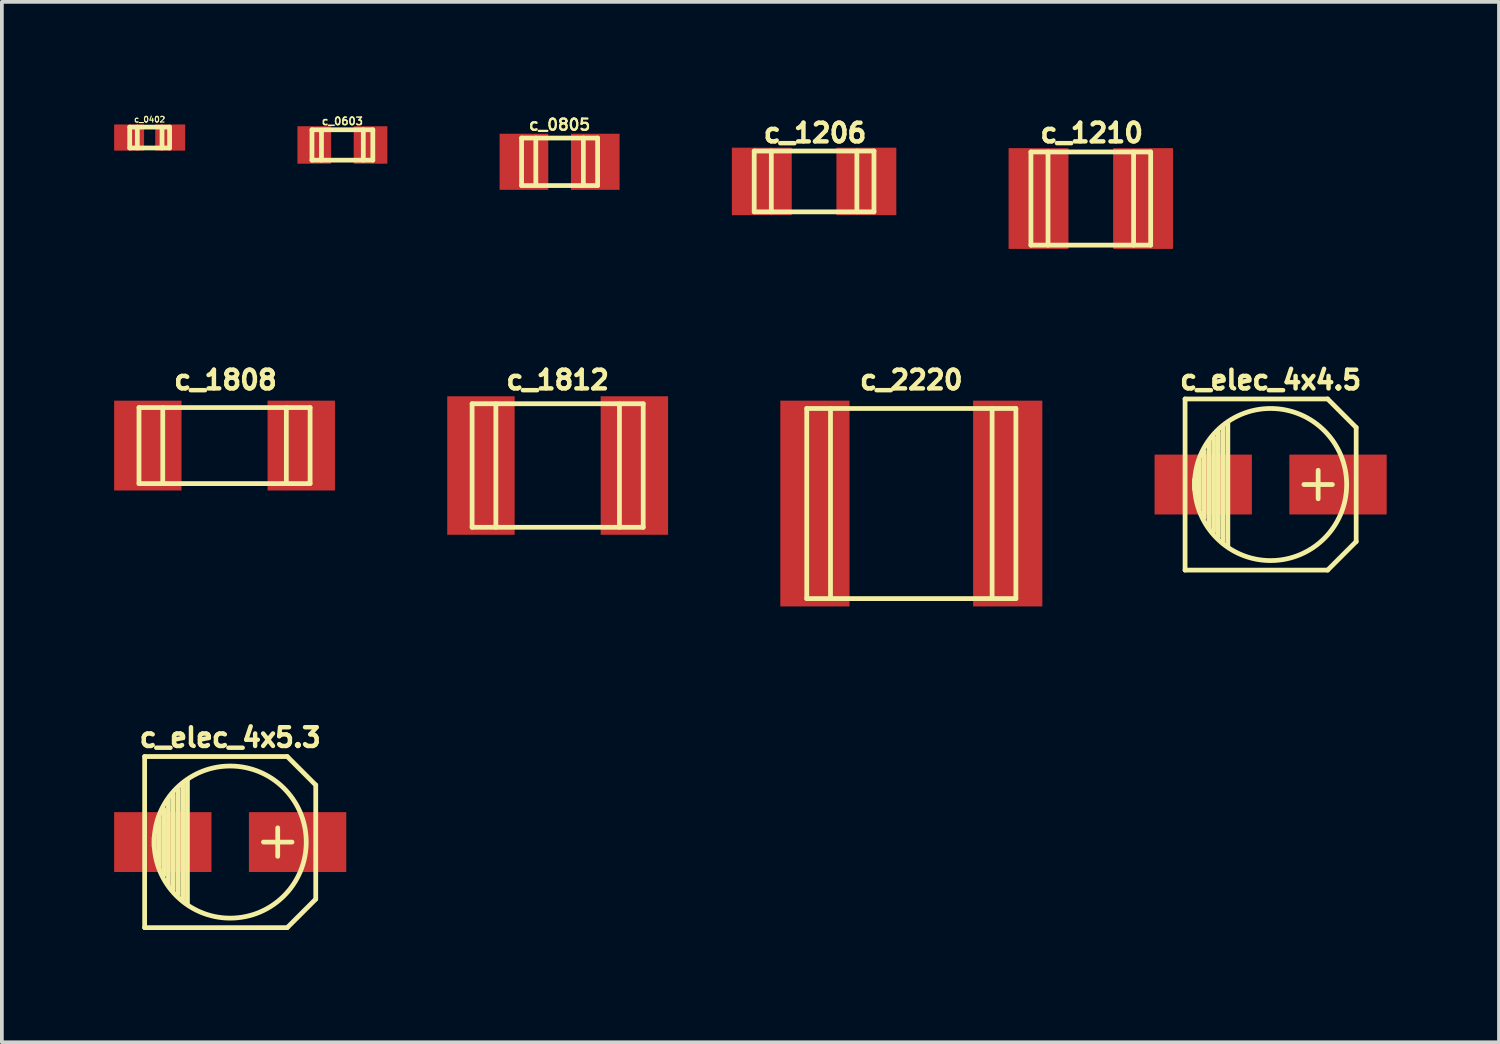
<source format=kicad_pcb>
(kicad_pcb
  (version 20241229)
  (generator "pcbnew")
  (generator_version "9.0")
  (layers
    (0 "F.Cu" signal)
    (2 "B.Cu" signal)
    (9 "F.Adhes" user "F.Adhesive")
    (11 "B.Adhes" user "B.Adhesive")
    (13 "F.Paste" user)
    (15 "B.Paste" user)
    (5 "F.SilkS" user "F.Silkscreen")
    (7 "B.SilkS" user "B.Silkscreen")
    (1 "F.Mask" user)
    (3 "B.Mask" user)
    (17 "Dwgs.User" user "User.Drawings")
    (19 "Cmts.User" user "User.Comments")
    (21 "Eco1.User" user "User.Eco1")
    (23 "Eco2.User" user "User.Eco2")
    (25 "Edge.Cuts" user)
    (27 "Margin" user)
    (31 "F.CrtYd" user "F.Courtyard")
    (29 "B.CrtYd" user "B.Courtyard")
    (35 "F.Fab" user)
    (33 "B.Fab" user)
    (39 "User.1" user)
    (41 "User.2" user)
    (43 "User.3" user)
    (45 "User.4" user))
  (footprint "c_0402"
    (layer "F.Cu")
    (at 0.949 0.625)
    (property "Reference" "c_0402" (at 0 -0.483 0) (layer "F.SilkS") (effects (font (size 0.152 0.152) (thickness 0.03))))
    (attr through_hole)
    (fp_line (start -0.533 -0.279) (end -0.533 0.279) (stroke (width 0.127) (type solid)) (layer "F.SilkS"))
    (fp_line (start -0.533 0.279) (end 0.533 0.279) (stroke (width 0.127) (type solid)) (layer "F.SilkS"))
    (fp_line (start -0.33 -0.279) (end -0.33 0.279) (stroke (width 0.127) (type solid)) (layer "F.SilkS"))
    (fp_line (start 0.33 -0.279) (end 0.33 0.279) (stroke (width 0.127) (type solid)) (layer "F.SilkS"))
    (fp_line (start 0.533 -0.279) (end -0.533 -0.279) (stroke (width 0.127) (type solid)) (layer "F.SilkS"))
    (fp_line (start 0.533 0.279) (end 0.533 -0.279) (stroke (width 0.127) (type solid)) (layer "F.SilkS"))
    (pad "1" smd rect (at 0.549 0) (size 0.8 0.699) (layers "F.Cu" "F.Mask" "F.Paste"))
    (pad "2" smd rect (at -0.549 0) (size 0.8 0.699) (layers "F.Cu" "F.Mask" "F.Paste")))
  (footprint "c_elec_4x4.5"
    (layer "F.Cu")
    (at 30.902 9.897)
    (property "Reference" "c_elec_4x4.5" (at 0 -2.794 0) (layer "F.SilkS") (effects (font (size 0.5 0.5) (thickness 0.119))))
    (attr through_hole)
    (fp_line (start -2.286 -2.286) (end -2.286 2.286) (stroke (width 0.127) (type solid)) (layer "F.SilkS"))
    (fp_line (start -2.032 0.127) (end -2.032 -0.127) (stroke (width 0.127) (type solid)) (layer "F.SilkS"))
    (fp_line (start -1.905 -0.635) (end -1.905 0.635) (stroke (width 0.127) (type solid)) (layer "F.SilkS"))
    (fp_line (start -1.778 0.889) (end -1.778 -0.889) (stroke (width 0.127) (type solid)) (layer "F.SilkS"))
    (fp_line (start -1.651 1.143) (end -1.651 -1.143) (stroke (width 0.127) (type solid)) (layer "F.SilkS"))
    (fp_line (start -1.524 -1.27) (end -1.524 1.27) (stroke (width 0.127) (type solid)) (layer "F.SilkS"))
    (fp_line (start -1.397 1.397) (end -1.397 -1.397) (stroke (width 0.127) (type solid)) (layer "F.SilkS"))
    (fp_line (start -1.27 -1.524) (end -1.27 1.524) (stroke (width 0.127) (type solid)) (layer "F.SilkS"))
    (fp_line (start -1.143 -1.651) (end -1.143 1.651) (stroke (width 0.127) (type solid)) (layer "F.SilkS"))
    (fp_line (start 1.27 -0.381) (end 1.27 0.381) (stroke (width 0.127) (type solid)) (layer "F.SilkS"))
    (fp_line (start 1.524 -2.286) (end -2.286 -2.286) (stroke (width 0.127) (type solid)) (layer "F.SilkS"))
    (fp_line (start 1.524 -2.286) (end 2.286 -1.524) (stroke (width 0.127) (type solid)) (layer "F.SilkS"))
    (fp_line (start 1.524 2.286) (end -2.286 2.286) (stroke (width 0.127) (type solid)) (layer "F.SilkS"))
    (fp_line (start 1.524 2.286) (end 2.286 1.524) (stroke (width 0.127) (type solid)) (layer "F.SilkS"))
    (fp_line (start 1.651 0) (end 0.889 0) (stroke (width 0.127) (type solid)) (layer "F.SilkS"))
    (fp_line (start 2.286 -1.524) (end 2.286 1.524) (stroke (width 0.127) (type solid)) (layer "F.SilkS"))
    (fp_circle (center 0 0) (end -2.032 0) (stroke (width 0.127) (type solid)) (fill no) (layer "F.SilkS"))
    (pad "1" smd rect (at 1.801 0) (size 2.601 1.6) (layers "F.Cu" "F.Mask" "F.Paste"))
    (pad "2" smd rect (at -1.801 0) (size 2.601 1.6) (layers "F.Cu" "F.Mask" "F.Paste")))
  (footprint "c_0805"
    (layer "F.Cu")
    (at 11.903 1.273)
    (property "Reference" "c_0805" (at 0 -0.991 0) (layer "F.SilkS") (effects (font (size 0.3 0.3) (thickness 0.061))))
    (attr through_hole)
    (fp_line (start -1.016 -0.635) (end 1.016 -0.635) (stroke (width 0.127) (type solid)) (layer "F.SilkS"))
    (fp_line (start -1.016 0.635) (end -1.016 -0.635) (stroke (width 0.127) (type solid)) (layer "F.SilkS"))
    (fp_line (start -0.635 -0.635) (end -0.635 0.61) (stroke (width 0.127) (type solid)) (layer "F.SilkS"))
    (fp_line (start 0.635 -0.635) (end 0.635 0.635) (stroke (width 0.127) (type solid)) (layer "F.SilkS"))
    (fp_line (start 1.016 -0.635) (end 1.016 0.635) (stroke (width 0.127) (type solid)) (layer "F.SilkS"))
    (fp_line (start 1.016 0.635) (end -1.016 0.635) (stroke (width 0.127) (type solid)) (layer "F.SilkS"))
    (pad "1" smd rect (at 0.953 0) (size 1.3 1.499) (layers "F.Cu" "F.Mask" "F.Paste"))
    (pad "2" smd rect (at -0.953 0) (size 1.3 1.499) (layers "F.Cu" "F.Mask" "F.Paste")))
  (footprint "c_0603"
    (layer "F.Cu")
    (at 6.099 0.824)
    (property "Reference" "c_0603" (at 0 -0.635 0) (layer "F.SilkS") (effects (font (size 0.201 0.201) (thickness 0.041))))
    (attr through_hole)
    (fp_line (start -0.813 -0.406) (end 0.813 -0.406) (stroke (width 0.127) (type solid)) (layer "F.SilkS"))
    (fp_line (start -0.813 0.406) (end -0.813 -0.406) (stroke (width 0.127) (type solid)) (layer "F.SilkS"))
    (fp_line (start -0.559 -0.381) (end -0.559 0.406) (stroke (width 0.127) (type solid)) (layer "F.SilkS"))
    (fp_line (start 0.559 0.406) (end 0.559 -0.406) (stroke (width 0.127) (type solid)) (layer "F.SilkS"))
    (fp_line (start 0.813 -0.406) (end 0.813 0.406) (stroke (width 0.127) (type solid)) (layer "F.SilkS"))
    (fp_line (start 0.813 0.406) (end -0.813 0.406) (stroke (width 0.127) (type solid)) (layer "F.SilkS"))
    (pad "1" smd rect (at 0.752 0) (size 0.899 1.001) (layers "F.Cu" "F.Mask" "F.Paste"))
    (pad "2" smd rect (at -0.752 0) (size 0.899 1.001) (layers "F.Cu" "F.Mask" "F.Paste")))
  (footprint "c_elec_4x5.3"
    (layer "F.Cu")
    (at 3.101 19.451)
    (property "Reference" "c_elec_4x5.3" (at 0 -2.794 0) (layer "F.SilkS") (effects (font (size 0.5 0.5) (thickness 0.119))))
    (attr through_hole)
    (fp_line (start -2.286 -2.286) (end -2.286 2.286) (stroke (width 0.127) (type solid)) (layer "F.SilkS"))
    (fp_line (start -2.032 0.127) (end -2.032 -0.127) (stroke (width 0.127) (type solid)) (layer "F.SilkS"))
    (fp_line (start -1.905 -0.635) (end -1.905 0.635) (stroke (width 0.127) (type solid)) (layer "F.SilkS"))
    (fp_line (start -1.778 0.889) (end -1.778 -0.889) (stroke (width 0.127) (type solid)) (layer "F.SilkS"))
    (fp_line (start -1.651 1.143) (end -1.651 -1.143) (stroke (width 0.127) (type solid)) (layer "F.SilkS"))
    (fp_line (start -1.524 -1.27) (end -1.524 1.27) (stroke (width 0.127) (type solid)) (layer "F.SilkS"))
    (fp_line (start -1.397 1.397) (end -1.397 -1.397) (stroke (width 0.127) (type solid)) (layer "F.SilkS"))
    (fp_line (start -1.27 -1.524) (end -1.27 1.524) (stroke (width 0.127) (type solid)) (layer "F.SilkS"))
    (fp_line (start -1.143 -1.651) (end -1.143 1.651) (stroke (width 0.127) (type solid)) (layer "F.SilkS"))
    (fp_line (start 1.27 -0.381) (end 1.27 0.381) (stroke (width 0.127) (type solid)) (layer "F.SilkS"))
    (fp_line (start 1.524 -2.286) (end -2.286 -2.286) (stroke (width 0.127) (type solid)) (layer "F.SilkS"))
    (fp_line (start 1.524 -2.286) (end 2.286 -1.524) (stroke (width 0.127) (type solid)) (layer "F.SilkS"))
    (fp_line (start 1.524 2.286) (end -2.286 2.286) (stroke (width 0.127) (type solid)) (layer "F.SilkS"))
    (fp_line (start 1.524 2.286) (end 2.286 1.524) (stroke (width 0.127) (type solid)) (layer "F.SilkS"))
    (fp_line (start 1.651 0) (end 0.889 0) (stroke (width 0.127) (type solid)) (layer "F.SilkS"))
    (fp_line (start 2.286 -1.524) (end 2.286 1.524) (stroke (width 0.127) (type solid)) (layer "F.SilkS"))
    (fp_circle (center 0 0) (end -2.032 0) (stroke (width 0.127) (type solid)) (fill no) (layer "F.SilkS"))
    (pad "1" smd rect (at 1.801 0) (size 2.601 1.6) (layers "F.Cu" "F.Mask" "F.Paste"))
    (pad "2" smd rect (at -1.801 0) (size 2.601 1.6) (layers "F.Cu" "F.Mask" "F.Paste")))
  (footprint "c_1210"
    (layer "F.Cu")
    (at 26.097 2.255)
    (property "Reference" "c_1210" (at 0.025 -1.753 0) (layer "F.SilkS") (effects (font (size 0.5 0.5) (thickness 0.119))))
    (attr through_hole)
    (fp_line (start -1.6 -1.245) (end -1.6 1.245) (stroke (width 0.127) (type solid)) (layer "F.SilkS"))
    (fp_line (start -1.6 1.245) (end 1.6 1.245) (stroke (width 0.127) (type solid)) (layer "F.SilkS"))
    (fp_line (start -1.143 1.245) (end -1.143 -1.245) (stroke (width 0.127) (type solid)) (layer "F.SilkS"))
    (fp_line (start 1.143 -1.245) (end 1.143 1.245) (stroke (width 0.127) (type solid)) (layer "F.SilkS"))
    (fp_line (start 1.6 -1.245) (end -1.6 -1.245) (stroke (width 0.127) (type solid)) (layer "F.SilkS"))
    (fp_line (start 1.6 1.245) (end 1.6 -1.245) (stroke (width 0.127) (type solid)) (layer "F.SilkS"))
    (pad "1" smd rect (at 1.397 0) (size 1.6 2.692) (layers "F.Cu" "F.Mask" "F.Paste"))
    (pad "2" smd rect (at -1.397 0) (size 1.6 2.692) (layers "F.Cu" "F.Mask" "F.Paste")))
  (footprint "c_1812"
    (layer "F.Cu")
    (at 11.851 9.389)
    (property "Reference" "c_1812" (at 0 -2.286 0) (layer "F.SilkS") (effects (font (size 0.5 0.5) (thickness 0.119))))
    (attr through_hole)
    (fp_line (start -2.286 -1.651) (end -2.286 1.651) (stroke (width 0.127) (type solid)) (layer "F.SilkS"))
    (fp_line (start -2.286 1.651) (end 2.286 1.651) (stroke (width 0.127) (type solid)) (layer "F.SilkS"))
    (fp_line (start -1.651 -1.651) (end -1.651 1.651) (stroke (width 0.127) (type solid)) (layer "F.SilkS"))
    (fp_line (start 1.651 -1.651) (end 1.651 1.651) (stroke (width 0.127) (type solid)) (layer "F.SilkS"))
    (fp_line (start 2.286 -1.651) (end -2.286 -1.651) (stroke (width 0.127) (type solid)) (layer "F.SilkS"))
    (fp_line (start 2.286 1.651) (end 2.286 -1.651) (stroke (width 0.127) (type solid)) (layer "F.SilkS"))
    (pad "1" smd rect (at 2.05 0) (size 1.801 3.701) (layers "F.Cu" "F.Mask" "F.Paste"))
    (pad "2" smd rect (at -2.05 0) (size 1.801 3.701) (layers "F.Cu" "F.Mask" "F.Paste")))
  (footprint "c_1808"
    (layer "F.Cu")
    (at 2.95 8.856)
    (property "Reference" "c_1808" (at 0.025 -1.753 0) (layer "F.SilkS") (effects (font (size 0.5 0.5) (thickness 0.119))))
    (attr through_hole)
    (fp_line (start -2.286 -1.016) (end -2.286 1.016) (stroke (width 0.127) (type solid)) (layer "F.SilkS"))
    (fp_line (start -2.286 1.016) (end 2.286 1.016) (stroke (width 0.127) (type solid)) (layer "F.SilkS"))
    (fp_line (start -1.651 -1.016) (end -1.651 1.016) (stroke (width 0.127) (type solid)) (layer "F.SilkS"))
    (fp_line (start 1.651 -1.016) (end 1.651 1.016) (stroke (width 0.127) (type solid)) (layer "F.SilkS"))
    (fp_line (start 2.286 -1.016) (end -2.286 -1.016) (stroke (width 0.127) (type solid)) (layer "F.SilkS"))
    (fp_line (start 2.286 1.016) (end 2.286 -1.016) (stroke (width 0.127) (type solid)) (layer "F.SilkS"))
    (pad "1" smd rect (at 2.05 0) (size 1.801 2.4) (layers "F.Cu" "F.Mask" "F.Paste"))
    (pad "2" smd rect (at -2.05 0) (size 1.801 2.4) (layers "F.Cu" "F.Mask" "F.Paste")))
  (footprint "c_1206"
    (layer "F.Cu")
    (at 18.703 1.798)
    (property "Reference" "c_1206" (at 0.025 -1.295 0) (layer "F.SilkS") (effects (font (size 0.5 0.5) (thickness 0.119))))
    (attr through_hole)
    (fp_line (start -1.6 -0.813) (end -1.6 0.813) (stroke (width 0.127) (type solid)) (layer "F.SilkS"))
    (fp_line (start -1.6 0.813) (end 1.6 0.813) (stroke (width 0.127) (type solid)) (layer "F.SilkS"))
    (fp_line (start -1.143 -0.813) (end -1.143 0.813) (stroke (width 0.127) (type solid)) (layer "F.SilkS"))
    (fp_line (start 1.143 0.813) (end 1.143 -0.813) (stroke (width 0.127) (type solid)) (layer "F.SilkS"))
    (fp_line (start 1.6 -0.813) (end -1.6 -0.813) (stroke (width 0.127) (type solid)) (layer "F.SilkS"))
    (fp_line (start 1.6 0.813) (end 1.6 -0.813) (stroke (width 0.127) (type solid)) (layer "F.SilkS"))
    (pad "1" smd rect (at 1.397 0) (size 1.6 1.803) (layers "F.Cu" "F.Mask" "F.Paste"))
    (pad "2" smd rect (at -1.397 0) (size 1.6 1.803) (layers "F.Cu" "F.Mask" "F.Paste")))
  (footprint "c_2220"
    (layer "F.Cu")
    (at 21.301 10.405)
    (property "Reference" "c_2220" (at 0 -3.302 0) (layer "F.SilkS") (effects (font (size 0.5 0.5) (thickness 0.119))))
    (attr through_hole)
    (fp_line (start -2.794 -2.54) (end 2.794 -2.54) (stroke (width 0.127) (type solid)) (layer "F.SilkS"))
    (fp_line (start -2.794 2.54) (end -2.794 -2.54) (stroke (width 0.127) (type solid)) (layer "F.SilkS"))
    (fp_line (start -2.159 -2.54) (end -2.159 2.54) (stroke (width 0.127) (type solid)) (layer "F.SilkS"))
    (fp_line (start 2.159 -2.54) (end 2.159 2.54) (stroke (width 0.127) (type solid)) (layer "F.SilkS"))
    (fp_line (start 2.794 -2.54) (end 2.794 2.54) (stroke (width 0.127) (type solid)) (layer "F.SilkS"))
    (fp_line (start 2.794 2.54) (end -2.794 2.54) (stroke (width 0.127) (type solid)) (layer "F.SilkS"))
    (pad "1" smd rect (at 2.576 0) (size 1.849 5.499) (layers "F.Cu" "F.Mask" "F.Paste"))
    (pad "2" smd rect (at -2.576 0) (size 1.849 5.499) (layers "F.Cu" "F.Mask" "F.Paste")))
  (gr_rect
    (start -3 -3)
    (end 37.004 24.801)
    (stroke (width 0.1) (type default))
    (fill no)
    (layer "Edge.Cuts")))
</source>
